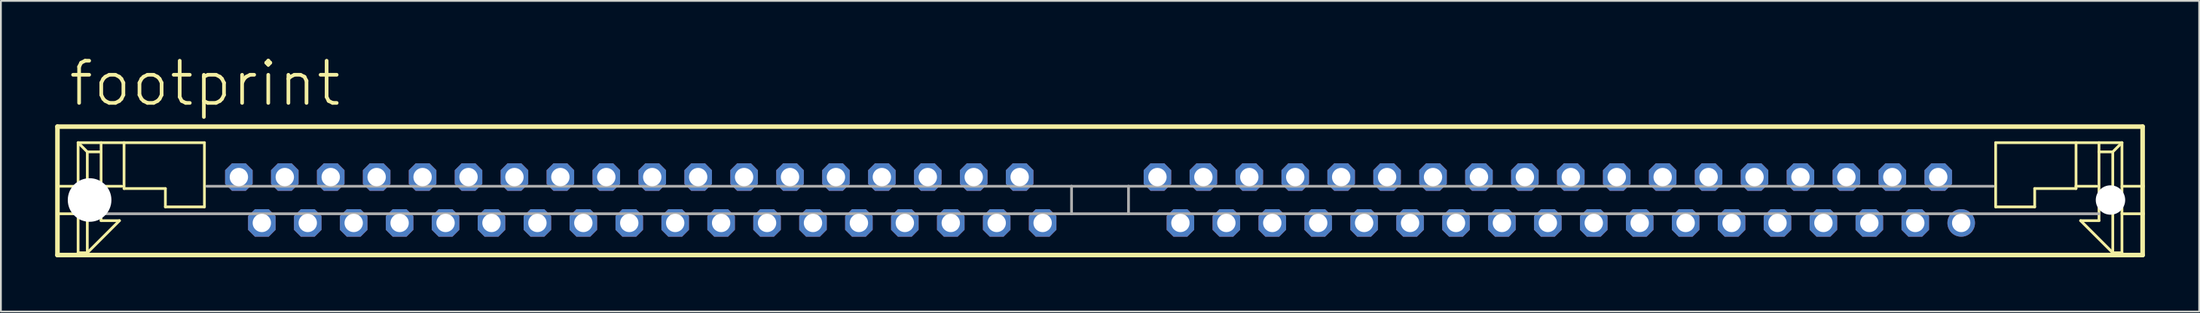
<source format=kicad_pcb>
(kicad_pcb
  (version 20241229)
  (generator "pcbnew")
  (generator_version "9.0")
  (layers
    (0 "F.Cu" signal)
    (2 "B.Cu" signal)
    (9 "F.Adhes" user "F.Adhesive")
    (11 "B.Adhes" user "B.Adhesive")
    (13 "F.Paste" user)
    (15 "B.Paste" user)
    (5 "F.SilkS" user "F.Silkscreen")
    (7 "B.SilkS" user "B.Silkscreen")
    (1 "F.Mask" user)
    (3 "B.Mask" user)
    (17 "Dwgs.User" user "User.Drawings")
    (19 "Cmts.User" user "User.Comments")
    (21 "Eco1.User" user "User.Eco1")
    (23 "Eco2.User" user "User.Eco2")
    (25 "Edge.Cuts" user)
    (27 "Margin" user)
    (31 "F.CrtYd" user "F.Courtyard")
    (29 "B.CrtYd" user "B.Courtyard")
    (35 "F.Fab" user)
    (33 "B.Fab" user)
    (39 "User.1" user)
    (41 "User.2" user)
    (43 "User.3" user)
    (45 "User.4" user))
  (footprint "footprint"
    (layer "F.Cu")
    (at 57.785 8.026)
    (property "Reference" "footprint" (at -57.15 -5.08 0) (layer "F.SilkS") (effects (font (size 2.337 2.337) (thickness 0.203)) (justify left bottom)))
    (fp_line (start -57.658 -4.064) (end 57.658 -4.064) (stroke (width 0.254) (type solid)) (layer "F.SilkS"))
    (fp_line (start -57.658 -0.762) (end -56.515 -0.762) (stroke (width 0.152) (type solid)) (layer "F.SilkS"))
    (fp_line (start -57.658 0.762) (end -56.515 0.762) (stroke (width 0.152) (type solid)) (layer "F.SilkS"))
    (fp_line (start -57.658 3.048) (end -57.658 -4.064) (stroke (width 0.254) (type solid)) (layer "F.SilkS"))
    (fp_line (start -56.515 -3.175) (end -56.515 2.921) (stroke (width 0.152) (type solid)) (layer "F.SilkS"))
    (fp_line (start -56.515 -3.175) (end -56.007 -2.667) (stroke (width 0.152) (type solid)) (layer "F.SilkS"))
    (fp_line (start -56.515 2.921) (end -56.007 2.921) (stroke (width 0.152) (type solid)) (layer "F.SilkS"))
    (fp_line (start -56.007 -2.667) (end -56.007 2.921) (stroke (width 0.152) (type solid)) (layer "F.SilkS"))
    (fp_line (start -56.007 2.921) (end -54.229 1.143) (stroke (width 0.152) (type solid)) (layer "F.SilkS"))
    (fp_line (start -55.245 -3.175) (end -56.515 -3.175) (stroke (width 0.152) (type solid)) (layer "F.SilkS"))
    (fp_line (start -55.245 -3.175) (end -53.975 -3.175) (stroke (width 0.152) (type solid)) (layer "F.SilkS"))
    (fp_line (start -55.245 -2.667) (end -56.007 -2.667) (stroke (width 0.152) (type solid)) (layer "F.SilkS"))
    (fp_line (start -55.245 -2.667) (end -55.245 -3.175) (stroke (width 0.152) (type solid)) (layer "F.SilkS"))
    (fp_line (start -55.245 -0.762) (end -55.245 -2.667) (stroke (width 0.152) (type solid)) (layer "F.SilkS"))
    (fp_line (start -55.245 -0.762) (end -54.102 -0.762) (stroke (width 0.152) (type solid)) (layer "F.SilkS"))
    (fp_line (start -55.245 1.143) (end -55.245 -0.762) (stroke (width 0.152) (type solid)) (layer "F.SilkS"))
    (fp_line (start -54.229 1.143) (end -55.245 1.143) (stroke (width 0.152) (type solid)) (layer "F.SilkS"))
    (fp_line (start -53.975 -3.175) (end -53.975 -0.635) (stroke (width 0.152) (type solid)) (layer "F.SilkS"))
    (fp_line (start -51.689 -0.635) (end -53.975 -0.635) (stroke (width 0.152) (type solid)) (layer "F.SilkS"))
    (fp_line (start -51.689 0.381) (end -51.689 -0.635) (stroke (width 0.152) (type solid)) (layer "F.SilkS"))
    (fp_line (start -51.689 0.381) (end -49.53 0.381) (stroke (width 0.152) (type solid)) (layer "F.SilkS"))
    (fp_line (start -49.53 -3.175) (end -53.975 -3.175) (stroke (width 0.152) (type solid)) (layer "F.SilkS"))
    (fp_line (start -49.53 0.381) (end -49.53 -3.175) (stroke (width 0.152) (type solid)) (layer "F.SilkS"))
    (fp_line (start 49.53 -3.175) (end 53.975 -3.175) (stroke (width 0.152) (type solid)) (layer "F.SilkS"))
    (fp_line (start 49.53 0.381) (end 49.53 -3.175) (stroke (width 0.152) (type solid)) (layer "F.SilkS"))
    (fp_line (start 51.689 -0.635) (end 53.975 -0.635) (stroke (width 0.152) (type solid)) (layer "F.SilkS"))
    (fp_line (start 51.689 0.381) (end 49.53 0.381) (stroke (width 0.152) (type solid)) (layer "F.SilkS"))
    (fp_line (start 51.689 0.381) (end 51.689 -0.635) (stroke (width 0.152) (type solid)) (layer "F.SilkS"))
    (fp_line (start 53.975 -3.175) (end 53.975 -0.762) (stroke (width 0.152) (type solid)) (layer "F.SilkS"))
    (fp_line (start 53.975 -0.762) (end 53.975 -0.635) (stroke (width 0.152) (type solid)) (layer "F.SilkS"))
    (fp_line (start 54.229 1.143) (end 55.245 1.143) (stroke (width 0.152) (type solid)) (layer "F.SilkS"))
    (fp_line (start 55.118 -0.762) (end 53.975 -0.762) (stroke (width 0.152) (type solid)) (layer "F.SilkS"))
    (fp_line (start 55.245 -3.175) (end 53.975 -3.175) (stroke (width 0.152) (type solid)) (layer "F.SilkS"))
    (fp_line (start 55.245 -3.175) (end 56.515 -3.175) (stroke (width 0.152) (type solid)) (layer "F.SilkS"))
    (fp_line (start 55.245 -2.667) (end 55.245 -3.175) (stroke (width 0.152) (type solid)) (layer "F.SilkS"))
    (fp_line (start 55.245 -2.667) (end 56.007 -2.667) (stroke (width 0.152) (type solid)) (layer "F.SilkS"))
    (fp_line (start 55.245 1.143) (end 55.245 -2.667) (stroke (width 0.152) (type solid)) (layer "F.SilkS"))
    (fp_line (start 56.007 -2.667) (end 56.007 2.921) (stroke (width 0.152) (type solid)) (layer "F.SilkS"))
    (fp_line (start 56.007 2.921) (end 54.229 1.143) (stroke (width 0.152) (type solid)) (layer "F.SilkS"))
    (fp_line (start 56.515 -3.175) (end 56.007 -2.667) (stroke (width 0.152) (type solid)) (layer "F.SilkS"))
    (fp_line (start 56.515 -3.175) (end 56.515 2.921) (stroke (width 0.152) (type solid)) (layer "F.SilkS"))
    (fp_line (start 56.515 2.921) (end 56.007 2.921) (stroke (width 0.152) (type solid)) (layer "F.SilkS"))
    (fp_line (start 57.658 -4.064) (end 57.658 -0.762) (stroke (width 0.254) (type solid)) (layer "F.SilkS"))
    (fp_line (start 57.658 -0.762) (end 56.515 -0.762) (stroke (width 0.152) (type solid)) (layer "F.SilkS"))
    (fp_line (start 57.658 -0.762) (end 57.658 0.762) (stroke (width 0.254) (type solid)) (layer "F.SilkS"))
    (fp_line (start 57.658 0.762) (end 56.515 0.762) (stroke (width 0.152) (type solid)) (layer "F.SilkS"))
    (fp_line (start 57.658 0.762) (end 57.658 3.048) (stroke (width 0.254) (type solid)) (layer "F.SilkS"))
    (fp_line (start 57.658 3.048) (end -57.658 3.048) (stroke (width 0.254) (type solid)) (layer "F.SilkS"))
    (fp_line (start -55.118 0.762) (end -1.575 0.762) (stroke (width 0.152) (type solid)) (layer "F.Fab"))
    (fp_line (start -49.403 -0.762) (end -1.575 -0.762) (stroke (width 0.152) (type solid)) (layer "F.Fab"))
    (fp_line (start -1.575 -0.762) (end 1.575 -0.762) (stroke (width 0.152) (type solid)) (layer "F.Fab"))
    (fp_line (start -1.575 0.762) (end -1.575 -0.762) (stroke (width 0.152) (type solid)) (layer "F.Fab"))
    (fp_line (start -1.575 0.762) (end 1.575 0.762) (stroke (width 0.152) (type solid)) (layer "F.Fab"))
    (fp_line (start 1.575 0.762) (end 1.575 -0.762) (stroke (width 0.152) (type solid)) (layer "F.Fab"))
    (fp_line (start 49.403 -0.762) (end 1.575 -0.762) (stroke (width 0.152) (type solid)) (layer "F.Fab"))
    (fp_line (start 55.245 0.762) (end 1.575 0.762) (stroke (width 0.152) (type solid)) (layer "F.Fab"))
    (pad "" np_thru_hole circle (at -55.88 0) (size 2.413 2.413) (drill 2.413) (layers "*.Cu" "*.Mask"))
    (pad "" np_thru_hole circle (at 55.88 0) (size 1.626 1.626) (drill 1.626) (layers "*.Cu" "*.Mask"))
    (pad "1" thru_hole circle (at 47.625 1.27) (size 1.524 1.524) (drill 1.016) (layers "*.Cu" "*.Mask"))
    (pad "2" thru_hole roundrect (at 46.355 -1.27) (size 1.524 1.524) (drill 1.016) (layers "*.Cu" "*.Mask") (roundrect_rratio 0.25) (chamfer_ratio 0.25) (chamfer top_left top_right bottom_left bottom_right))
    (pad "3" thru_hole roundrect (at 45.085 1.27) (size 1.524 1.524) (drill 1.016) (layers "*.Cu" "*.Mask") (roundrect_rratio 0.25) (chamfer_ratio 0.25) (chamfer top_left top_right bottom_left bottom_right))
    (pad "4" thru_hole roundrect (at 43.815 -1.27) (size 1.524 1.524) (drill 1.016) (layers "*.Cu" "*.Mask") (roundrect_rratio 0.25) (chamfer_ratio 0.25) (chamfer top_left top_right bottom_left bottom_right))
    (pad "5" thru_hole roundrect (at 42.545 1.27) (size 1.524 1.524) (drill 1.016) (layers "*.Cu" "*.Mask") (roundrect_rratio 0.25) (chamfer_ratio 0.25) (chamfer top_left top_right bottom_left bottom_right))
    (pad "6" thru_hole roundrect (at 41.275 -1.27) (size 1.524 1.524) (drill 1.016) (layers "*.Cu" "*.Mask") (roundrect_rratio 0.25) (chamfer_ratio 0.25) (chamfer top_left top_right bottom_left bottom_right))
    (pad "7" thru_hole roundrect (at 40.005 1.27) (size 1.524 1.524) (drill 1.016) (layers "*.Cu" "*.Mask") (roundrect_rratio 0.25) (chamfer_ratio 0.25) (chamfer top_left top_right bottom_left bottom_right))
    (pad "8" thru_hole roundrect (at 38.735 -1.27) (size 1.524 1.524) (drill 1.016) (layers "*.Cu" "*.Mask") (roundrect_rratio 0.25) (chamfer_ratio 0.25) (chamfer top_left top_right bottom_left bottom_right))
    (pad "9" thru_hole roundrect (at 37.465 1.27) (size 1.524 1.524) (drill 1.016) (layers "*.Cu" "*.Mask") (roundrect_rratio 0.25) (chamfer_ratio 0.25) (chamfer top_left top_right bottom_left bottom_right))
    (pad "10" thru_hole roundrect (at 36.195 -1.27) (size 1.524 1.524) (drill 1.016) (layers "*.Cu" "*.Mask") (roundrect_rratio 0.25) (chamfer_ratio 0.25) (chamfer top_left top_right bottom_left bottom_right))
    (pad "11" thru_hole roundrect (at 34.925 1.27) (size 1.524 1.524) (drill 1.016) (layers "*.Cu" "*.Mask") (roundrect_rratio 0.25) (chamfer_ratio 0.25) (chamfer top_left top_right bottom_left bottom_right))
    (pad "12" thru_hole roundrect (at 33.655 -1.27) (size 1.524 1.524) (drill 1.016) (layers "*.Cu" "*.Mask") (roundrect_rratio 0.25) (chamfer_ratio 0.25) (chamfer top_left top_right bottom_left bottom_right))
    (pad "13" thru_hole roundrect (at 32.385 1.27) (size 1.524 1.524) (drill 1.016) (layers "*.Cu" "*.Mask") (roundrect_rratio 0.25) (chamfer_ratio 0.25) (chamfer top_left top_right bottom_left bottom_right))
    (pad "14" thru_hole roundrect (at 31.115 -1.27) (size 1.524 1.524) (drill 1.016) (layers "*.Cu" "*.Mask") (roundrect_rratio 0.25) (chamfer_ratio 0.25) (chamfer top_left top_right bottom_left bottom_right))
    (pad "15" thru_hole roundrect (at 29.845 1.27) (size 1.524 1.524) (drill 1.016) (layers "*.Cu" "*.Mask") (roundrect_rratio 0.25) (chamfer_ratio 0.25) (chamfer top_left top_right bottom_left bottom_right))
    (pad "16" thru_hole roundrect (at 28.575 -1.27) (size 1.524 1.524) (drill 1.016) (layers "*.Cu" "*.Mask") (roundrect_rratio 0.25) (chamfer_ratio 0.25) (chamfer top_left top_right bottom_left bottom_right))
    (pad "17" thru_hole roundrect (at 27.305 1.27) (size 1.524 1.524) (drill 1.016) (layers "*.Cu" "*.Mask") (roundrect_rratio 0.25) (chamfer_ratio 0.25) (chamfer top_left top_right bottom_left bottom_right))
    (pad "18" thru_hole roundrect (at 26.035 -1.27) (size 1.524 1.524) (drill 1.016) (layers "*.Cu" "*.Mask") (roundrect_rratio 0.25) (chamfer_ratio 0.25) (chamfer top_left top_right bottom_left bottom_right))
    (pad "19" thru_hole roundrect (at 24.765 1.27) (size 1.524 1.524) (drill 1.016) (layers "*.Cu" "*.Mask") (roundrect_rratio 0.25) (chamfer_ratio 0.25) (chamfer top_left top_right bottom_left bottom_right))
    (pad "20" thru_hole roundrect (at 23.495 -1.27) (size 1.524 1.524) (drill 1.016) (layers "*.Cu" "*.Mask") (roundrect_rratio 0.25) (chamfer_ratio 0.25) (chamfer top_left top_right bottom_left bottom_right))
    (pad "21" thru_hole roundrect (at 22.225 1.27) (size 1.524 1.524) (drill 1.016) (layers "*.Cu" "*.Mask") (roundrect_rratio 0.25) (chamfer_ratio 0.25) (chamfer top_left top_right bottom_left bottom_right))
    (pad "22" thru_hole roundrect (at 20.955 -1.27) (size 1.524 1.524) (drill 1.016) (layers "*.Cu" "*.Mask") (roundrect_rratio 0.25) (chamfer_ratio 0.25) (chamfer top_left top_right bottom_left bottom_right))
    (pad "23" thru_hole roundrect (at 19.685 1.27) (size 1.524 1.524) (drill 1.016) (layers "*.Cu" "*.Mask") (roundrect_rratio 0.25) (chamfer_ratio 0.25) (chamfer top_left top_right bottom_left bottom_right))
    (pad "24" thru_hole roundrect (at 18.415 -1.27) (size 1.524 1.524) (drill 1.016) (layers "*.Cu" "*.Mask") (roundrect_rratio 0.25) (chamfer_ratio 0.25) (chamfer top_left top_right bottom_left bottom_right))
    (pad "25" thru_hole roundrect (at 17.145 1.27) (size 1.524 1.524) (drill 1.016) (layers "*.Cu" "*.Mask") (roundrect_rratio 0.25) (chamfer_ratio 0.25) (chamfer top_left top_right bottom_left bottom_right))
    (pad "26" thru_hole roundrect (at 15.875 -1.27) (size 1.524 1.524) (drill 1.016) (layers "*.Cu" "*.Mask") (roundrect_rratio 0.25) (chamfer_ratio 0.25) (chamfer top_left top_right bottom_left bottom_right))
    (pad "27" thru_hole roundrect (at 14.605 1.27) (size 1.524 1.524) (drill 1.016) (layers "*.Cu" "*.Mask") (roundrect_rratio 0.25) (chamfer_ratio 0.25) (chamfer top_left top_right bottom_left bottom_right))
    (pad "28" thru_hole roundrect (at 13.335 -1.27) (size 1.524 1.524) (drill 1.016) (layers "*.Cu" "*.Mask") (roundrect_rratio 0.25) (chamfer_ratio 0.25) (chamfer top_left top_right bottom_left bottom_right))
    (pad "29" thru_hole roundrect (at 12.065 1.27) (size 1.524 1.524) (drill 1.016) (layers "*.Cu" "*.Mask") (roundrect_rratio 0.25) (chamfer_ratio 0.25) (chamfer top_left top_right bottom_left bottom_right))
    (pad "30" thru_hole roundrect (at 10.795 -1.27) (size 1.524 1.524) (drill 1.016) (layers "*.Cu" "*.Mask") (roundrect_rratio 0.25) (chamfer_ratio 0.25) (chamfer top_left top_right bottom_left bottom_right))
    (pad "31" thru_hole roundrect (at 9.525 1.27) (size 1.524 1.524) (drill 1.016) (layers "*.Cu" "*.Mask") (roundrect_rratio 0.25) (chamfer_ratio 0.25) (chamfer top_left top_right bottom_left bottom_right))
    (pad "32" thru_hole roundrect (at 8.255 -1.27) (size 1.524 1.524) (drill 1.016) (layers "*.Cu" "*.Mask") (roundrect_rratio 0.25) (chamfer_ratio 0.25) (chamfer top_left top_right bottom_left bottom_right))
    (pad "33" thru_hole roundrect (at 6.985 1.27) (size 1.524 1.524) (drill 1.016) (layers "*.Cu" "*.Mask") (roundrect_rratio 0.25) (chamfer_ratio 0.25) (chamfer top_left top_right bottom_left bottom_right))
    (pad "34" thru_hole roundrect (at 5.715 -1.27) (size 1.524 1.524) (drill 1.016) (layers "*.Cu" "*.Mask") (roundrect_rratio 0.25) (chamfer_ratio 0.25) (chamfer top_left top_right bottom_left bottom_right))
    (pad "35" thru_hole roundrect (at 4.445 1.27) (size 1.524 1.524) (drill 1.016) (layers "*.Cu" "*.Mask") (roundrect_rratio 0.25) (chamfer_ratio 0.25) (chamfer top_left top_right bottom_left bottom_right))
    (pad "36" thru_hole roundrect (at 3.175 -1.27) (size 1.524 1.524) (drill 1.016) (layers "*.Cu" "*.Mask") (roundrect_rratio 0.25) (chamfer_ratio 0.25) (chamfer top_left top_right bottom_left bottom_right))
    (pad "37" thru_hole roundrect (at -3.175 1.27) (size 1.524 1.524) (drill 1.016) (layers "*.Cu" "*.Mask") (roundrect_rratio 0.25) (chamfer_ratio 0.25) (chamfer top_left top_right bottom_left bottom_right))
    (pad "38" thru_hole roundrect (at -4.445 -1.27) (size 1.524 1.524) (drill 1.016) (layers "*.Cu" "*.Mask") (roundrect_rratio 0.25) (chamfer_ratio 0.25) (chamfer top_left top_right bottom_left bottom_right))
    (pad "39" thru_hole roundrect (at -5.715 1.27) (size 1.524 1.524) (drill 1.016) (layers "*.Cu" "*.Mask") (roundrect_rratio 0.25) (chamfer_ratio 0.25) (chamfer top_left top_right bottom_left bottom_right))
    (pad "40" thru_hole roundrect (at -6.985 -1.27) (size 1.524 1.524) (drill 1.016) (layers "*.Cu" "*.Mask") (roundrect_rratio 0.25) (chamfer_ratio 0.25) (chamfer top_left top_right bottom_left bottom_right))
    (pad "41" thru_hole roundrect (at -8.255 1.27) (size 1.524 1.524) (drill 1.016) (layers "*.Cu" "*.Mask") (roundrect_rratio 0.25) (chamfer_ratio 0.25) (chamfer top_left top_right bottom_left bottom_right))
    (pad "42" thru_hole roundrect (at -9.525 -1.27) (size 1.524 1.524) (drill 1.016) (layers "*.Cu" "*.Mask") (roundrect_rratio 0.25) (chamfer_ratio 0.25) (chamfer top_left top_right bottom_left bottom_right))
    (pad "43" thru_hole roundrect (at -10.795 1.27) (size 1.524 1.524) (drill 1.016) (layers "*.Cu" "*.Mask") (roundrect_rratio 0.25) (chamfer_ratio 0.25) (chamfer top_left top_right bottom_left bottom_right))
    (pad "44" thru_hole roundrect (at -12.065 -1.27) (size 1.524 1.524) (drill 1.016) (layers "*.Cu" "*.Mask") (roundrect_rratio 0.25) (chamfer_ratio 0.25) (chamfer top_left top_right bottom_left bottom_right))
    (pad "45" thru_hole roundrect (at -13.335 1.27) (size 1.524 1.524) (drill 1.016) (layers "*.Cu" "*.Mask") (roundrect_rratio 0.25) (chamfer_ratio 0.25) (chamfer top_left top_right bottom_left bottom_right))
    (pad "46" thru_hole roundrect (at -14.605 -1.27) (size 1.524 1.524) (drill 1.016) (layers "*.Cu" "*.Mask") (roundrect_rratio 0.25) (chamfer_ratio 0.25) (chamfer top_left top_right bottom_left bottom_right))
    (pad "47" thru_hole roundrect (at -15.875 1.27) (size 1.524 1.524) (drill 1.016) (layers "*.Cu" "*.Mask") (roundrect_rratio 0.25) (chamfer_ratio 0.25) (chamfer top_left top_right bottom_left bottom_right))
    (pad "48" thru_hole roundrect (at -17.145 -1.27) (size 1.524 1.524) (drill 1.016) (layers "*.Cu" "*.Mask") (roundrect_rratio 0.25) (chamfer_ratio 0.25) (chamfer top_left top_right bottom_left bottom_right))
    (pad "49" thru_hole roundrect (at -18.415 1.27) (size 1.524 1.524) (drill 1.016) (layers "*.Cu" "*.Mask") (roundrect_rratio 0.25) (chamfer_ratio 0.25) (chamfer top_left top_right bottom_left bottom_right))
    (pad "50" thru_hole roundrect (at -19.685 -1.27) (size 1.524 1.524) (drill 1.016) (layers "*.Cu" "*.Mask") (roundrect_rratio 0.25) (chamfer_ratio 0.25) (chamfer top_left top_right bottom_left bottom_right))
    (pad "51" thru_hole roundrect (at -20.955 1.27) (size 1.524 1.524) (drill 1.016) (layers "*.Cu" "*.Mask") (roundrect_rratio 0.25) (chamfer_ratio 0.25) (chamfer top_left top_right bottom_left bottom_right))
    (pad "52" thru_hole roundrect (at -22.225 -1.27) (size 1.524 1.524) (drill 1.016) (layers "*.Cu" "*.Mask") (roundrect_rratio 0.25) (chamfer_ratio 0.25) (chamfer top_left top_right bottom_left bottom_right))
    (pad "53" thru_hole roundrect (at -23.495 1.27) (size 1.524 1.524) (drill 1.016) (layers "*.Cu" "*.Mask") (roundrect_rratio 0.25) (chamfer_ratio 0.25) (chamfer top_left top_right bottom_left bottom_right))
    (pad "54" thru_hole roundrect (at -24.765 -1.27) (size 1.524 1.524) (drill 1.016) (layers "*.Cu" "*.Mask") (roundrect_rratio 0.25) (chamfer_ratio 0.25) (chamfer top_left top_right bottom_left bottom_right))
    (pad "55" thru_hole roundrect (at -26.035 1.27) (size 1.524 1.524) (drill 1.016) (layers "*.Cu" "*.Mask") (roundrect_rratio 0.25) (chamfer_ratio 0.25) (chamfer top_left top_right bottom_left bottom_right))
    (pad "56" thru_hole roundrect (at -27.305 -1.27) (size 1.524 1.524) (drill 1.016) (layers "*.Cu" "*.Mask") (roundrect_rratio 0.25) (chamfer_ratio 0.25) (chamfer top_left top_right bottom_left bottom_right))
    (pad "57" thru_hole roundrect (at -28.575 1.27) (size 1.524 1.524) (drill 1.016) (layers "*.Cu" "*.Mask") (roundrect_rratio 0.25) (chamfer_ratio 0.25) (chamfer top_left top_right bottom_left bottom_right))
    (pad "58" thru_hole roundrect (at -29.845 -1.27) (size 1.524 1.524) (drill 1.016) (layers "*.Cu" "*.Mask") (roundrect_rratio 0.25) (chamfer_ratio 0.25) (chamfer top_left top_right bottom_left bottom_right))
    (pad "59" thru_hole roundrect (at -31.115 1.27) (size 1.524 1.524) (drill 1.016) (layers "*.Cu" "*.Mask") (roundrect_rratio 0.25) (chamfer_ratio 0.25) (chamfer top_left top_right bottom_left bottom_right))
    (pad "60" thru_hole roundrect (at -32.385 -1.27) (size 1.524 1.524) (drill 1.016) (layers "*.Cu" "*.Mask") (roundrect_rratio 0.25) (chamfer_ratio 0.25) (chamfer top_left top_right bottom_left bottom_right))
    (pad "61" thru_hole roundrect (at -33.655 1.27) (size 1.524 1.524) (drill 1.016) (layers "*.Cu" "*.Mask") (roundrect_rratio 0.25) (chamfer_ratio 0.25) (chamfer top_left top_right bottom_left bottom_right))
    (pad "62" thru_hole roundrect (at -34.925 -1.27) (size 1.524 1.524) (drill 1.016) (layers "*.Cu" "*.Mask") (roundrect_rratio 0.25) (chamfer_ratio 0.25) (chamfer top_left top_right bottom_left bottom_right))
    (pad "63" thru_hole roundrect (at -36.195 1.27) (size 1.524 1.524) (drill 1.016) (layers "*.Cu" "*.Mask") (roundrect_rratio 0.25) (chamfer_ratio 0.25) (chamfer top_left top_right bottom_left bottom_right))
    (pad "64" thru_hole roundrect (at -37.465 -1.27) (size 1.524 1.524) (drill 1.016) (layers "*.Cu" "*.Mask") (roundrect_rratio 0.25) (chamfer_ratio 0.25) (chamfer top_left top_right bottom_left bottom_right))
    (pad "65" thru_hole roundrect (at -38.735 1.27) (size 1.524 1.524) (drill 1.016) (layers "*.Cu" "*.Mask") (roundrect_rratio 0.25) (chamfer_ratio 0.25) (chamfer top_left top_right bottom_left bottom_right))
    (pad "66" thru_hole roundrect (at -40.005 -1.27) (size 1.524 1.524) (drill 1.016) (layers "*.Cu" "*.Mask") (roundrect_rratio 0.25) (chamfer_ratio 0.25) (chamfer top_left top_right bottom_left bottom_right))
    (pad "67" thru_hole roundrect (at -41.275 1.27) (size 1.524 1.524) (drill 1.016) (layers "*.Cu" "*.Mask") (roundrect_rratio 0.25) (chamfer_ratio 0.25) (chamfer top_left top_right bottom_left bottom_right))
    (pad "68" thru_hole roundrect (at -42.545 -1.27) (size 1.524 1.524) (drill 1.016) (layers "*.Cu" "*.Mask") (roundrect_rratio 0.25) (chamfer_ratio 0.25) (chamfer top_left top_right bottom_left bottom_right))
    (pad "69" thru_hole roundrect (at -43.815 1.27) (size 1.524 1.524) (drill 1.016) (layers "*.Cu" "*.Mask") (roundrect_rratio 0.25) (chamfer_ratio 0.25) (chamfer top_left top_right bottom_left bottom_right))
    (pad "70" thru_hole roundrect (at -45.085 -1.27) (size 1.524 1.524) (drill 1.016) (layers "*.Cu" "*.Mask") (roundrect_rratio 0.25) (chamfer_ratio 0.25) (chamfer top_left top_right bottom_left bottom_right))
    (pad "71" thru_hole roundrect (at -46.355 1.27) (size 1.524 1.524) (drill 1.016) (layers "*.Cu" "*.Mask") (roundrect_rratio 0.25) (chamfer_ratio 0.25) (chamfer top_left top_right bottom_left bottom_right))
    (pad "72" thru_hole roundrect (at -47.625 -1.27) (size 1.524 1.524) (drill 1.016) (layers "*.Cu" "*.Mask") (roundrect_rratio 0.25) (chamfer_ratio 0.25) (chamfer top_left top_right bottom_left bottom_right)))
  (gr_rect
    (start -3 -3)
    (end 118.57 14.201)
    (stroke (width 0.1) (type default))
    (fill no)
    (layer "Edge.Cuts")))
</source>
